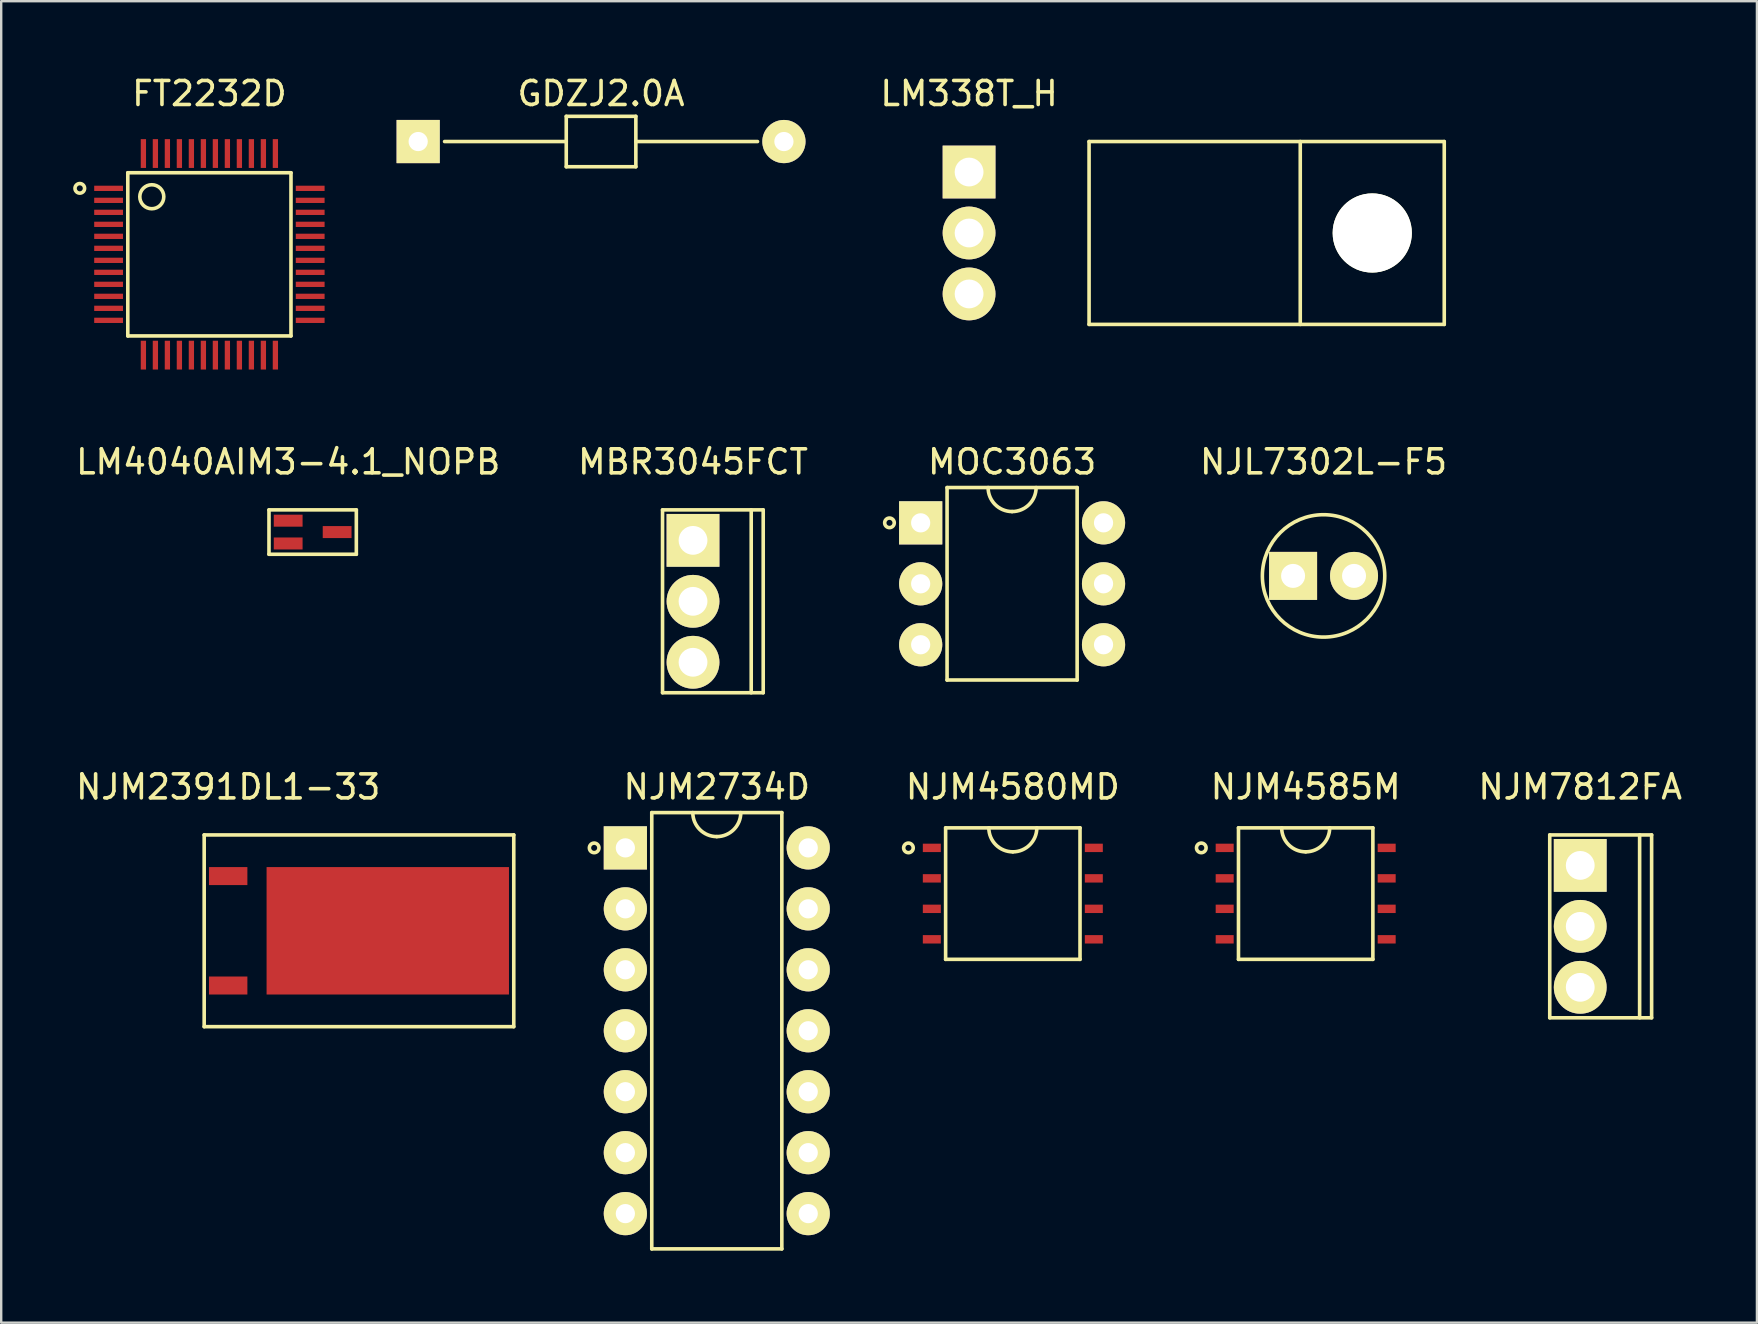
<source format=kicad_pcb>
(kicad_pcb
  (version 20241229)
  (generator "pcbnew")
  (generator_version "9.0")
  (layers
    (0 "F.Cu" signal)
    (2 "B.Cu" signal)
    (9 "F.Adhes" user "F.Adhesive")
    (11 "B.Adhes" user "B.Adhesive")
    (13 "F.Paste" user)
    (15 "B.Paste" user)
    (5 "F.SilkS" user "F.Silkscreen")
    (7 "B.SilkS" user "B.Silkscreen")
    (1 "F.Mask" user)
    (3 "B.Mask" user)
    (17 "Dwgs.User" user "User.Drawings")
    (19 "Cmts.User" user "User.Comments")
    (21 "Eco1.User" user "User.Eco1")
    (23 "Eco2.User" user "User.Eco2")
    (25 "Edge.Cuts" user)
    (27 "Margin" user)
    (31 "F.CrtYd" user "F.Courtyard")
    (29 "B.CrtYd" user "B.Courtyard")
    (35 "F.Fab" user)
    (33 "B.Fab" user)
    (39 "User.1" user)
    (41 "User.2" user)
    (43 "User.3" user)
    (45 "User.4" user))
  (footprint "NJM4585M"
    (layer "F.Cu")
    (at 47.981 32.28)
    (property "Reference" "NJM4585M" (at 3.375 -2.54 0) (layer "F.SilkS") (effects (font (size 1 1) (thickness 0.15))))
    (attr through_hole)
    (fp_line (start 0.575 -0.835) (end 6.175 -0.835) (stroke (width 0.15) (type solid)) (layer "F.SilkS"))
    (fp_line (start 0.575 4.645) (end 0.575 -0.835) (stroke (width 0.15) (type solid)) (layer "F.SilkS"))
    (fp_line (start 6.175 -0.835) (end 6.175 4.645) (stroke (width 0.15) (type solid)) (layer "F.SilkS"))
    (fp_line (start 6.175 4.645) (end 0.575 4.645) (stroke (width 0.15) (type solid)) (layer "F.SilkS"))
    (fp_arc (start 3.375 0.165) (mid 2.667893 -0.127893) (end 2.375 -0.835) (stroke (width 0.15) (type solid)) (layer "F.SilkS"))
    (fp_arc (start 4.375 -0.835) (mid 4.082107 -0.127893) (end 3.375 0.165) (stroke (width 0.15) (type solid)) (layer "F.SilkS"))
    (fp_circle (center -0.975 0) (end -0.975 0.2) (stroke (width 0.15) (type solid)) (fill no) (layer "F.SilkS"))
    (pad "1" smd rect (at 0 0) (size 0.75 0.35) (layers "F.Cu" "F.Mask" "F.Paste"))
    (pad "2" smd rect (at 0 1.27) (size 0.75 0.35) (layers "F.Cu" "F.Mask" "F.Paste"))
    (pad "3" smd rect (at 0 2.54) (size 0.75 0.35) (layers "F.Cu" "F.Mask" "F.Paste"))
    (pad "4" smd rect (at 0 3.81) (size 0.75 0.35) (layers "F.Cu" "F.Mask" "F.Paste"))
    (pad "5" smd rect (at 6.75 3.81) (size 0.75 0.35) (layers "F.Cu" "F.Mask" "F.Paste"))
    (pad "6" smd rect (at 6.75 2.54) (size 0.75 0.35) (layers "F.Cu" "F.Mask" "F.Paste"))
    (pad "7" smd rect (at 6.75 1.27) (size 0.75 0.35) (layers "F.Cu" "F.Mask" "F.Paste"))
    (pad "8" smd rect (at 6.75 0) (size 0.75 0.35) (layers "F.Cu" "F.Mask" "F.Paste")))
  (footprint "NJM4580MD"
    (layer "F.Cu")
    (at 35.778 32.28)
    (property "Reference" "NJM4580MD" (at 3.375 -2.54 0) (layer "F.SilkS") (effects (font (size 1 1) (thickness 0.15))))
    (attr through_hole)
    (fp_line (start 0.575 -0.835) (end 6.175 -0.835) (stroke (width 0.15) (type solid)) (layer "F.SilkS"))
    (fp_line (start 0.575 4.645) (end 0.575 -0.835) (stroke (width 0.15) (type solid)) (layer "F.SilkS"))
    (fp_line (start 6.175 -0.835) (end 6.175 4.645) (stroke (width 0.15) (type solid)) (layer "F.SilkS"))
    (fp_line (start 6.175 4.645) (end 0.575 4.645) (stroke (width 0.15) (type solid)) (layer "F.SilkS"))
    (fp_arc (start 3.375 0.165) (mid 2.667893 -0.127893) (end 2.375 -0.835) (stroke (width 0.15) (type solid)) (layer "F.SilkS"))
    (fp_arc (start 4.375 -0.835) (mid 4.082107 -0.127893) (end 3.375 0.165) (stroke (width 0.15) (type solid)) (layer "F.SilkS"))
    (fp_circle (center -0.975 0) (end -0.975 0.2) (stroke (width 0.15) (type solid)) (fill no) (layer "F.SilkS"))
    (pad "1" smd rect (at 0 0) (size 0.75 0.35) (layers "F.Cu" "F.Mask" "F.Paste"))
    (pad "2" smd rect (at 0 1.27) (size 0.75 0.35) (layers "F.Cu" "F.Mask" "F.Paste"))
    (pad "3" smd rect (at 0 2.54) (size 0.75 0.35) (layers "F.Cu" "F.Mask" "F.Paste"))
    (pad "4" smd rect (at 0 3.81) (size 0.75 0.35) (layers "F.Cu" "F.Mask" "F.Paste"))
    (pad "5" smd rect (at 6.75 3.81) (size 0.75 0.35) (layers "F.Cu" "F.Mask" "F.Paste"))
    (pad "6" smd rect (at 6.75 2.54) (size 0.75 0.35) (layers "F.Cu" "F.Mask" "F.Paste"))
    (pad "7" smd rect (at 6.75 1.27) (size 0.75 0.35) (layers "F.Cu" "F.Mask" "F.Paste"))
    (pad "8" smd rect (at 6.75 0) (size 0.75 0.35) (layers "F.Cu" "F.Mask" "F.Paste")))
  (footprint "NJM2734D"
    (layer "F.Cu")
    (at 23.008 32.28)
    (property "Reference" "NJM2734D" (at 3.81 -2.54 0) (layer "F.SilkS") (effects (font (size 1 1) (thickness 0.15))))
    (attr through_hole)
    (fp_line (start 1.1 -1.47) (end 6.52 -1.47) (stroke (width 0.15) (type solid)) (layer "F.SilkS"))
    (fp_line (start 1.1 16.71) (end 1.1 -1.47) (stroke (width 0.15) (type solid)) (layer "F.SilkS"))
    (fp_line (start 6.52 -1.47) (end 6.52 16.71) (stroke (width 0.15) (type solid)) (layer "F.SilkS"))
    (fp_line (start 6.52 16.71) (end 1.1 16.71) (stroke (width 0.15) (type solid)) (layer "F.SilkS"))
    (fp_arc (start 3.81 -0.47) (mid 3.102893 -0.762893) (end 2.81 -1.47) (stroke (width 0.15) (type solid)) (layer "F.SilkS"))
    (fp_arc (start 4.81 -1.47) (mid 4.517107 -0.762893) (end 3.81 -0.47) (stroke (width 0.15) (type solid)) (layer "F.SilkS"))
    (fp_circle (center -1.3 0) (end -1.3 0.2) (stroke (width 0.15) (type solid)) (fill no) (layer "F.SilkS"))
    (pad "1" thru_hole rect (at 0 0) (size 1.8 1.8) (drill 0.8) (layers "*.Cu" "*.Mask" "F.SilkS"))
    (pad "2" thru_hole circle (at 0 2.54) (size 1.8 1.8) (drill 0.8) (layers "*.Cu" "*.Mask" "F.SilkS"))
    (pad "3" thru_hole circle (at 0 5.08) (size 1.8 1.8) (drill 0.8) (layers "*.Cu" "*.Mask" "F.SilkS"))
    (pad "4" thru_hole circle (at 0 7.62) (size 1.8 1.8) (drill 0.8) (layers "*.Cu" "*.Mask" "F.SilkS"))
    (pad "5" thru_hole circle (at 0 10.16) (size 1.8 1.8) (drill 0.8) (layers "*.Cu" "*.Mask" "F.SilkS"))
    (pad "6" thru_hole circle (at 0 12.7) (size 1.8 1.8) (drill 0.8) (layers "*.Cu" "*.Mask" "F.SilkS"))
    (pad "7" thru_hole circle (at 0 15.24) (size 1.8 1.8) (drill 0.8) (layers "*.Cu" "*.Mask" "F.SilkS"))
    (pad "8" thru_hole circle (at 7.62 15.24) (size 1.8 1.8) (drill 0.8) (layers "*.Cu" "*.Mask" "F.SilkS"))
    (pad "9" thru_hole circle (at 7.62 12.7) (size 1.8 1.8) (drill 0.8) (layers "*.Cu" "*.Mask" "F.SilkS"))
    (pad "10" thru_hole circle (at 7.62 10.16) (size 1.8 1.8) (drill 0.8) (layers "*.Cu" "*.Mask" "F.SilkS"))
    (pad "11" thru_hole circle (at 7.62 7.62) (size 1.8 1.8) (drill 0.8) (layers "*.Cu" "*.Mask" "F.SilkS"))
    (pad "12" thru_hole circle (at 7.62 5.08) (size 1.8 1.8) (drill 0.8) (layers "*.Cu" "*.Mask" "F.SilkS"))
    (pad "13" thru_hole circle (at 7.62 2.54) (size 1.8 1.8) (drill 0.8) (layers "*.Cu" "*.Mask" "F.SilkS"))
    (pad "14" thru_hole circle (at 7.62 0) (size 1.8 1.8) (drill 0.8) (layers "*.Cu" "*.Mask" "F.SilkS")))
  (footprint "FT2232D"
    (layer "F.Cu")
    (at 1.475 3.348)
    (property "Reference" "FT2232D" (at 4.2 -2.5 0) (layer "F.SilkS") (effects (font (size 1 1) (thickness 0.15))))
    (attr through_hole)
    (fp_line (start 0.8 0.8) (end 0.8 7.6) (stroke (width 0.15) (type solid)) (layer "F.SilkS"))
    (fp_line (start 0.8 0.8) (end 7.6 0.8) (stroke (width 0.15) (type solid)) (layer "F.SilkS"))
    (fp_line (start 0.8 7.6) (end 7.6 7.6) (stroke (width 0.15) (type solid)) (layer "F.SilkS"))
    (fp_line (start 7.6 7.6) (end 7.6 0.8) (stroke (width 0.15) (type solid)) (layer "F.SilkS"))
    (fp_circle (center -1.2 1.45) (end -1.2 1.25) (stroke (width 0.15) (type solid)) (fill no) (layer "F.SilkS"))
    (fp_circle (center 1.8 1.8) (end 1.8 1.3) (stroke (width 0.15) (type solid)) (fill no) (layer "F.SilkS"))
    (pad "1" smd rect (at 0 1.45) (size 1.2 0.22) (layers "F.Cu" "F.Mask" "F.Paste"))
    (pad "2" smd rect (at 0 1.95) (size 1.2 0.22) (layers "F.Cu" "F.Mask" "F.Paste"))
    (pad "3" smd rect (at 0 2.45) (size 1.2 0.22) (layers "F.Cu" "F.Mask" "F.Paste"))
    (pad "4" smd rect (at 0 2.95) (size 1.2 0.22) (layers "F.Cu" "F.Mask" "F.Paste"))
    (pad "5" smd rect (at 0 3.45) (size 1.2 0.22) (layers "F.Cu" "F.Mask" "F.Paste"))
    (pad "6" smd rect (at 0 3.95) (size 1.2 0.22) (layers "F.Cu" "F.Mask" "F.Paste"))
    (pad "7" smd rect (at 0 4.45) (size 1.2 0.22) (layers "F.Cu" "F.Mask" "F.Paste"))
    (pad "8" smd rect (at 0 4.95) (size 1.2 0.22) (layers "F.Cu" "F.Mask" "F.Paste"))
    (pad "9" smd rect (at 0 5.45) (size 1.2 0.22) (layers "F.Cu" "F.Mask" "F.Paste"))
    (pad "10" smd rect (at 0 5.95) (size 1.2 0.22) (layers "F.Cu" "F.Mask" "F.Paste"))
    (pad "11" smd rect (at 0 6.45) (size 1.2 0.22) (layers "F.Cu" "F.Mask" "F.Paste"))
    (pad "12" smd rect (at 0 6.95) (size 1.2 0.22) (layers "F.Cu" "F.Mask" "F.Paste"))
    (pad "13" smd rect (at 1.45 8.4) (size 0.22 1.2) (layers "F.Cu" "F.Mask" "F.Paste"))
    (pad "14" smd rect (at 1.95 8.4) (size 0.22 1.2) (layers "F.Cu" "F.Mask" "F.Paste"))
    (pad "15" smd rect (at 2.45 8.4) (size 0.22 1.2) (layers "F.Cu" "F.Mask" "F.Paste"))
    (pad "16" smd rect (at 2.95 8.4) (size 0.22 1.2) (layers "F.Cu" "F.Mask" "F.Paste"))
    (pad "17" smd rect (at 3.45 8.4) (size 0.22 1.2) (layers "F.Cu" "F.Mask" "F.Paste"))
    (pad "18" smd rect (at 3.95 8.4) (size 0.22 1.2) (layers "F.Cu" "F.Mask" "F.Paste"))
    (pad "19" smd rect (at 4.45 8.4) (size 0.22 1.2) (layers "F.Cu" "F.Mask" "F.Paste"))
    (pad "20" smd rect (at 4.95 8.4) (size 0.22 1.2) (layers "F.Cu" "F.Mask" "F.Paste"))
    (pad "21" smd rect (at 5.45 8.4) (size 0.22 1.2) (layers "F.Cu" "F.Mask" "F.Paste"))
    (pad "22" smd rect (at 5.95 8.4) (size 0.22 1.2) (layers "F.Cu" "F.Mask" "F.Paste"))
    (pad "23" smd rect (at 6.45 8.4) (size 0.22 1.2) (layers "F.Cu" "F.Mask" "F.Paste"))
    (pad "24" smd rect (at 6.95 8.4) (size 0.22 1.2) (layers "F.Cu" "F.Mask" "F.Paste"))
    (pad "25" smd rect (at 8.4 6.95) (size 1.2 0.22) (layers "F.Cu" "F.Mask" "F.Paste"))
    (pad "26" smd rect (at 8.4 6.45) (size 1.2 0.22) (layers "F.Cu" "F.Mask" "F.Paste"))
    (pad "27" smd rect (at 8.4 5.95) (size 1.2 0.22) (layers "F.Cu" "F.Mask" "F.Paste"))
    (pad "28" smd rect (at 8.4 5.45) (size 1.2 0.22) (layers "F.Cu" "F.Mask" "F.Paste"))
    (pad "29" smd rect (at 8.4 4.95) (size 1.2 0.22) (layers "F.Cu" "F.Mask" "F.Paste"))
    (pad "30" smd rect (at 8.4 4.45) (size 1.2 0.22) (layers "F.Cu" "F.Mask" "F.Paste"))
    (pad "31" smd rect (at 8.4 3.95) (size 1.2 0.22) (layers "F.Cu" "F.Mask" "F.Paste"))
    (pad "32" smd rect (at 8.4 3.45) (size 1.2 0.22) (layers "F.Cu" "F.Mask" "F.Paste"))
    (pad "33" smd rect (at 8.4 2.95) (size 1.2 0.22) (layers "F.Cu" "F.Mask" "F.Paste"))
    (pad "34" smd rect (at 8.4 2.45) (size 1.2 0.22) (layers "F.Cu" "F.Mask" "F.Paste"))
    (pad "35" smd rect (at 8.4 1.95) (size 1.2 0.22) (layers "F.Cu" "F.Mask" "F.Paste"))
    (pad "36" smd rect (at 8.4 1.45) (size 1.2 0.22) (layers "F.Cu" "F.Mask" "F.Paste"))
    (pad "37" smd rect (at 6.95 0) (size 0.22 1.2) (layers "F.Cu" "F.Mask" "F.Paste"))
    (pad "38" smd rect (at 6.45 0) (size 0.22 1.2) (layers "F.Cu" "F.Mask" "F.Paste"))
    (pad "39" smd rect (at 5.95 0) (size 0.22 1.2) (layers "F.Cu" "F.Mask" "F.Paste"))
    (pad "40" smd rect (at 5.45 0) (size 0.22 1.2) (layers "F.Cu" "F.Mask" "F.Paste"))
    (pad "41" smd rect (at 4.95 0) (size 0.22 1.2) (layers "F.Cu" "F.Mask" "F.Paste"))
    (pad "42" smd rect (at 4.45 0) (size 0.22 1.2) (layers "F.Cu" "F.Mask" "F.Paste"))
    (pad "43" smd rect (at 3.95 0) (size 0.22 1.2) (layers "F.Cu" "F.Mask" "F.Paste"))
    (pad "44" smd rect (at 3.45 0) (size 0.22 1.2) (layers "F.Cu" "F.Mask" "F.Paste"))
    (pad "45" smd rect (at 2.95 0) (size 0.22 1.2) (layers "F.Cu" "F.Mask" "F.Paste"))
    (pad "46" smd rect (at 2.45 0) (size 0.22 1.2) (layers "F.Cu" "F.Mask" "F.Paste"))
    (pad "47" smd rect (at 1.95 0) (size 0.22 1.2) (layers "F.Cu" "F.Mask" "F.Paste"))
    (pad "48" smd rect (at 1.45 0) (size 0.22 1.2) (layers "F.Cu" "F.Mask" "F.Paste")))
  (footprint "MOC3063"
    (layer "F.Cu")
    (at 35.313 18.736)
    (property "Reference" "MOC3063" (at 3.81 -2.54 0) (layer "F.SilkS") (effects (font (size 1 1) (thickness 0.15))))
    (attr through_hole)
    (fp_line (start 1.1 -1.47) (end 6.52 -1.47) (stroke (width 0.15) (type solid)) (layer "F.SilkS"))
    (fp_line (start 1.1 6.55) (end 1.1 -1.47) (stroke (width 0.15) (type solid)) (layer "F.SilkS"))
    (fp_line (start 6.52 -1.47) (end 6.52 6.55) (stroke (width 0.15) (type solid)) (layer "F.SilkS"))
    (fp_line (start 6.52 6.55) (end 1.1 6.55) (stroke (width 0.15) (type solid)) (layer "F.SilkS"))
    (fp_arc (start 3.81 -0.47) (mid 3.102893 -0.762893) (end 2.81 -1.47) (stroke (width 0.15) (type solid)) (layer "F.SilkS"))
    (fp_arc (start 4.81 -1.47) (mid 4.517107 -0.762893) (end 3.81 -0.47) (stroke (width 0.15) (type solid)) (layer "F.SilkS"))
    (fp_circle (center -1.3 0) (end -1.3 0.2) (stroke (width 0.15) (type solid)) (fill no) (layer "F.SilkS"))
    (pad "1" thru_hole rect (at 0 0) (size 1.8 1.8) (drill 0.8) (layers "*.Cu" "*.Mask" "F.SilkS"))
    (pad "2" thru_hole circle (at 0 2.54) (size 1.8 1.8) (drill 0.8) (layers "*.Cu" "*.Mask" "F.SilkS"))
    (pad "3" thru_hole circle (at 0 5.08) (size 1.8 1.8) (drill 0.8) (layers "*.Cu" "*.Mask" "F.SilkS"))
    (pad "4" thru_hole circle (at 7.62 5.08) (size 1.8 1.8) (drill 0.8) (layers "*.Cu" "*.Mask" "F.SilkS"))
    (pad "5" thru_hole circle (at 7.62 2.54) (size 1.8 1.8) (drill 0.8) (layers "*.Cu" "*.Mask" "F.SilkS"))
    (pad "6" thru_hole circle (at 7.62 0) (size 1.8 1.8) (drill 0.8) (layers "*.Cu" "*.Mask" "F.SilkS")))
  (footprint "NJM2391DL1-33"
    (layer "F.Cu")
    (at 6.458 33.455)
    (property "Reference" "NJM2391DL1-33" (at 0 -3.715 0) (layer "F.SilkS") (effects (font (size 1 1) (thickness 0.15))))
    (attr through_hole)
    (fp_line (start -1 -1.715) (end -1 6.275) (stroke (width 0.15) (type solid)) (layer "F.SilkS"))
    (fp_line (start -1 -1.715) (end 11.9 -1.715) (stroke (width 0.15) (type solid)) (layer "F.SilkS"))
    (fp_line (start -1 6.275) (end 11.9 6.275) (stroke (width 0.15) (type solid)) (layer "F.SilkS"))
    (fp_line (start 11.9 6.275) (end 11.9 -1.715) (stroke (width 0.15) (type solid)) (layer "F.SilkS"))
    (pad "1" smd rect (at 0 0) (size 1.6 0.75) (layers "F.Cu" "F.Mask" "F.Paste"))
    (pad "3" smd rect (at 0 4.56) (size 1.6 0.75) (layers "F.Cu" "F.Mask" "F.Paste"))
    (pad "4" smd rect (at 6.65 2.28) (size 10.1 5.31) (layers "F.Cu" "F.Mask" "F.Paste")))
  (footprint "NJL7302L-F5"
    (layer "F.Cu")
    (at 50.831 20.947)
    (property "Reference" "NJL7302L-F5" (at 1.27 -4.75 0) (layer "F.SilkS") (effects (font (size 1 1) (thickness 0.15))))
    (attr through_hole)
    (fp_circle (center 1.27 0) (end 1.27 -2.55) (stroke (width 0.15) (type solid)) (fill no) (layer "F.SilkS"))
    (pad "1" thru_hole rect (at 0 0) (size 2 2) (drill 1) (layers "*.Cu" "*.Mask" "F.SilkS"))
    (pad "2" thru_hole circle (at 2.54 0) (size 2 2) (drill 1) (layers "*.Cu" "*.Mask" "F.SilkS")))
  (footprint "LM338T_H"
    (layer "F.Cu")
    (at 37.33 4.118)
    (property "Reference" "LM338T_H" (at 0 -3.27 0) (layer "F.SilkS") (effects (font (size 1 1) (thickness 0.15))))
    (attr through_hole)
    (fp_line (start 5 -1.27) (end 5 6.35) (stroke (width 0.15) (type solid)) (layer "F.SilkS"))
    (fp_line (start 5 -1.27) (end 19.8 -1.27) (stroke (width 0.15) (type solid)) (layer "F.SilkS"))
    (fp_line (start 5 6.35) (end 19.8 6.35) (stroke (width 0.15) (type solid)) (layer "F.SilkS"))
    (fp_line (start 13.8 -1.27) (end 13.8 6.35) (stroke (width 0.15) (type solid)) (layer "F.SilkS"))
    (fp_line (start 19.8 -1.27) (end 19.8 6.35) (stroke (width 0.15) (type solid)) (layer "F.SilkS"))
    (pad "" np_thru_hole circle (at 16.8 2.54) (size 3.3 3.3) (drill 3.3) (layers "*.Cu" "*.Mask" "F.SilkS"))
    (pad "1" thru_hole rect (at 0 0) (size 2.2 2.2) (drill 1.2) (layers "*.Cu" "*.Mask" "F.SilkS"))
    (pad "2" thru_hole circle (at 0 2.54) (size 2.2 2.2) (drill 1.2) (layers "*.Cu" "*.Mask" "F.SilkS"))
    (pad "3" thru_hole circle (at 0 5.08) (size 2.2 2.2) (drill 1.2) (layers "*.Cu" "*.Mask" "F.SilkS")))
  (footprint "GDZJ2.0A"
    (layer "F.Cu")
    (at 14.375 2.848)
    (property "Reference" "GDZJ2.0A" (at 7.62 -2 0) (layer "F.SilkS") (effects (font (size 1 1) (thickness 0.15))))
    (attr through_hole)
    (fp_line (start 1.1 0) (end 6.17 0) (stroke (width 0.15) (type solid)) (layer "F.SilkS"))
    (fp_line (start 6.17 -1.05) (end 6.17 1.05) (stroke (width 0.15) (type solid)) (layer "F.SilkS"))
    (fp_line (start 6.17 -1.05) (end 9.07 -1.05) (stroke (width 0.15) (type solid)) (layer "F.SilkS"))
    (fp_line (start 6.17 1.05) (end 9.07 1.05) (stroke (width 0.15) (type solid)) (layer "F.SilkS"))
    (fp_line (start 9.07 0) (end 14.14 0) (stroke (width 0.15) (type solid)) (layer "F.SilkS"))
    (fp_line (start 9.07 1.05) (end 9.07 -1.05) (stroke (width 0.15) (type solid)) (layer "F.SilkS"))
    (pad "1" thru_hole rect (at 0 0) (size 1.8 1.8) (drill 0.8) (layers "*.Cu" "*.Mask" "F.SilkS"))
    (pad "2" thru_hole circle (at 15.24 0) (size 1.8 1.8) (drill 0.8) (layers "*.Cu" "*.Mask" "F.SilkS")))
  (footprint "NJM7812FA"
    (layer "F.Cu")
    (at 62.796 33.01)
    (property "Reference" "NJM7812FA" (at 0 -3.27 0) (layer "F.SilkS") (effects (font (size 1 1) (thickness 0.15))))
    (attr through_hole)
    (fp_line (start -1.27 -1.27) (end -1.27 6.35) (stroke (width 0.15) (type solid)) (layer "F.SilkS"))
    (fp_line (start -1.27 -1.27) (end 2.975 -1.27) (stroke (width 0.15) (type solid)) (layer "F.SilkS"))
    (fp_line (start -1.27 6.35) (end 2.975 6.35) (stroke (width 0.15) (type solid)) (layer "F.SilkS"))
    (fp_line (start 2.475 -1.27) (end 2.475 6.35) (stroke (width 0.15) (type solid)) (layer "F.SilkS"))
    (fp_line (start 2.975 -1.27) (end 2.975 6.35) (stroke (width 0.15) (type solid)) (layer "F.SilkS"))
    (pad "1" thru_hole rect (at 0 0) (size 2.2 2.2) (drill 1.2) (layers "*.Cu" "*.Mask" "F.SilkS"))
    (pad "2" thru_hole circle (at 0 2.54) (size 2.2 2.2) (drill 1.2) (layers "*.Cu" "*.Mask" "F.SilkS"))
    (pad "3" thru_hole circle (at 0 5.08) (size 2.2 2.2) (drill 1.2) (layers "*.Cu" "*.Mask" "F.SilkS")))
  (footprint "LM4040AIM3-4.1_NOPB"
    (layer "F.Cu")
    (at 8.958 18.646)
    (property "Reference" "LM4040AIM3-4.1_NOPB" (at 0 -2.45 0) (layer "F.SilkS") (effects (font (size 1 1) (thickness 0.15))))
    (attr through_hole)
    (fp_line (start -0.8 -0.45) (end -0.8 1.4) (stroke (width 0.15) (type solid)) (layer "F.SilkS"))
    (fp_line (start -0.8 -0.45) (end 2.84 -0.45) (stroke (width 0.15) (type solid)) (layer "F.SilkS"))
    (fp_line (start -0.8 1.4) (end 2.84 1.4) (stroke (width 0.15) (type solid)) (layer "F.SilkS"))
    (fp_line (start 2.84 1.4) (end 2.84 -0.45) (stroke (width 0.15) (type solid)) (layer "F.SilkS"))
    (pad "1" smd rect (at 0 0) (size 1.2 0.5) (layers "F.Cu" "F.Mask" "F.Paste"))
    (pad "2" smd rect (at 0 0.95) (size 1.2 0.5) (layers "F.Cu" "F.Mask" "F.Paste"))
    (pad "3" smd rect (at 2.04 0.475) (size 1.2 0.5) (layers "F.Cu" "F.Mask" "F.Paste")))
  (footprint "MBR3045FCT"
    (layer "F.Cu")
    (at 25.827 19.466)
    (property "Reference" "MBR3045FCT" (at 0 -3.27 0) (layer "F.SilkS") (effects (font (size 1 1) (thickness 0.15))))
    (attr through_hole)
    (fp_line (start -1.27 -1.27) (end -1.27 6.35) (stroke (width 0.15) (type solid)) (layer "F.SilkS"))
    (fp_line (start -1.27 -1.27) (end 2.925 -1.27) (stroke (width 0.15) (type solid)) (layer "F.SilkS"))
    (fp_line (start -1.27 6.35) (end 2.925 6.35) (stroke (width 0.15) (type solid)) (layer "F.SilkS"))
    (fp_line (start 2.425 -1.27) (end 2.425 6.35) (stroke (width 0.15) (type solid)) (layer "F.SilkS"))
    (fp_line (start 2.925 -1.27) (end 2.925 6.35) (stroke (width 0.15) (type solid)) (layer "F.SilkS"))
    (pad "1" thru_hole rect (at 0 0) (size 2.2 2.2) (drill 1.2) (layers "*.Cu" "*.Mask" "F.SilkS"))
    (pad "2" thru_hole circle (at 0 2.54) (size 2.2 2.2) (drill 1.2) (layers "*.Cu" "*.Mask" "F.SilkS"))
    (pad "3" thru_hole circle (at 0 5.08) (size 2.2 2.2) (drill 1.2) (layers "*.Cu" "*.Mask" "F.SilkS")))
  (gr_rect
    (start -3 -3)
    (end 70.159 52.065)
    (stroke (width 0.1) (type default))
    (fill no)
    (layer "Edge.Cuts")))
</source>
